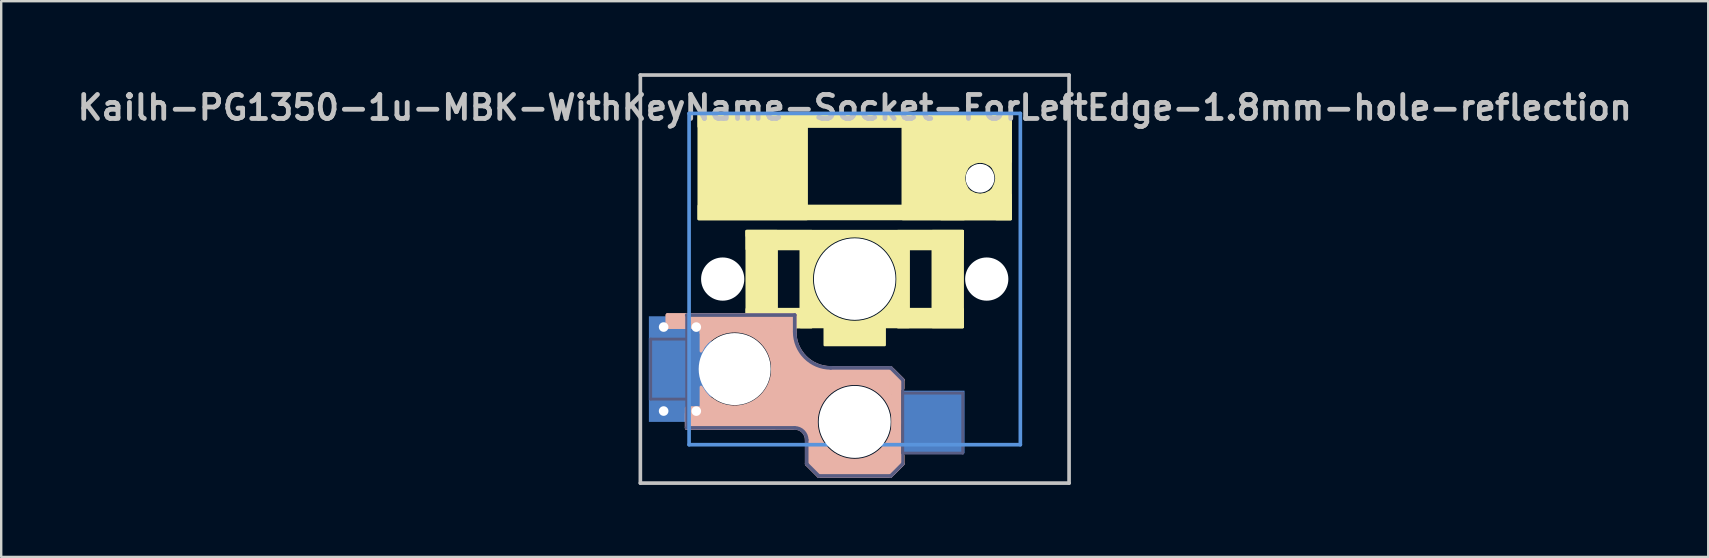
<source format=kicad_pcb>
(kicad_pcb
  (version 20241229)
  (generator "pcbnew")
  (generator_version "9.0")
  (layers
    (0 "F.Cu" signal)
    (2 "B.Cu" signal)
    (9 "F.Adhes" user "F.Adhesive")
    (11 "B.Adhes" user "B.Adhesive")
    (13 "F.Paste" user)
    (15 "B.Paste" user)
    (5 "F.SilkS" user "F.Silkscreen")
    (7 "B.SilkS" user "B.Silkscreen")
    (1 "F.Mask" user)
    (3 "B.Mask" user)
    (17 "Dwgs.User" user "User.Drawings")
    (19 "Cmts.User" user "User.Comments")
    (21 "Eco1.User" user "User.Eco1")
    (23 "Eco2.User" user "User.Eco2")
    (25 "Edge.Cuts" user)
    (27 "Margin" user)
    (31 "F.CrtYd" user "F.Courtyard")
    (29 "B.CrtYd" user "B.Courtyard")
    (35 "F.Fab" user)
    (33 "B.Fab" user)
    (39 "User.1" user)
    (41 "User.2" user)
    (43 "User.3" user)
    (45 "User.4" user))
  (footprint "Kailh-PG1350-1u-MBK-WithKeyName-Socket-ForLeftEdge-1.8mm-hole-reflection"
    (layer "F.Cu")
    (at 32.557 8.576)
    (property "Reference" "Kailh-PG1350-1u-MBK-WithKeyName-Socket-ForLeftEdge-1.8mm-hole-reflection" (at 0 -7.144 180) (layer "Dwgs.User") (effects (font (size 1 1) (thickness 0.2))))
    (attr through_hole)
    (fp_circle (center 0 0) (end 1.887 0) (stroke (width 0.3) (type solid)) (fill no) (layer "F.SilkS"))
    (fp_poly (pts (xy -1.85 0.95) (xy -1 1.8) (xy -1.85 1.8)) (stroke (width 0.12) (type solid)) (fill yes) (layer "F.SilkS"))
    (fp_poly (pts (xy -0.95 -1.75) (xy -1.8 -0.9) (xy -1.8 -1.75)) (stroke (width 0.12) (type solid)) (fill yes) (layer "F.SilkS"))
    (fp_poly (pts (xy 1 1.8) (xy 1.85 0.95) (xy 1.85 1.8)) (stroke (width 0.12) (type solid)) (fill yes) (layer "F.SilkS"))
    (fp_poly (pts (xy 1.8 -0.95) (xy 0.95 -1.8) (xy 1.8 -1.8)) (stroke (width 0.12) (type solid)) (fill yes) (layer "F.SilkS"))
    (fp_poly (pts (xy -3.25 2) (xy -4.5 2) (xy -4.5 -2) (xy -3.25 -2)) (stroke (width 0.1) (type solid)) (fill yes) (layer "F.SilkS"))
    (fp_poly (pts (xy -2 -6.9) (xy -6.5 -6.9) (xy -6.5 -2.5) (xy -2 -2.5)) (stroke (width 0.1) (type solid)) (fill yes) (layer "F.SilkS"))
    (fp_poly (pts (xy -1.8 -1.25) (xy -4.5 -1.25) (xy -4.5 -2) (xy -1.8 -2)) (stroke (width 0.1) (type solid)) (fill yes) (layer "F.SilkS"))
    (fp_poly (pts (xy -1.8 2) (xy -4.5 2) (xy -4.5 1.25) (xy -1.8 1.25)) (stroke (width 0.1) (type solid)) (fill yes) (layer "F.SilkS"))
    (fp_poly (pts (xy -1.8 2) (xy -2.25 2) (xy -2.25 -1.5) (xy -1.8 -1.5)) (stroke (width 0.1) (type solid)) (fill yes) (layer "F.SilkS"))
    (fp_poly (pts (xy 1.25 2.75) (xy -1.25 2.75) (xy -1.25 2) (xy 1.25 2)) (stroke (width 0.1) (type solid)) (fill yes) (layer "F.SilkS"))
    (fp_poly (pts (xy 2.25 2) (xy 1.8 2) (xy 1.8 -1.5) (xy 2.25 -1.5)) (stroke (width 0.1) (type solid)) (fill yes) (layer "F.SilkS"))
    (fp_poly (pts (xy 4.5 -1.8) (xy -4.5 -1.8) (xy -4.5 -2) (xy 4.5 -2)) (stroke (width 0.1) (type solid)) (fill yes) (layer "F.SilkS"))
    (fp_poly (pts (xy 4.5 -1.25) (xy 1.8 -1.25) (xy 1.8 -2) (xy 4.5 -2)) (stroke (width 0.1) (type solid)) (fill yes) (layer "F.SilkS"))
    (fp_poly (pts (xy 4.5 2) (xy -4.5 2) (xy -4.5 1.8) (xy 4.5 1.8)) (stroke (width 0.1) (type solid)) (fill yes) (layer "F.SilkS"))
    (fp_poly (pts (xy 4.5 2) (xy 1.8 2) (xy 1.8 1.25) (xy 4.5 1.25)) (stroke (width 0.1) (type solid)) (fill yes) (layer "F.SilkS"))
    (fp_poly (pts (xy 4.5 2) (xy 3.25 2) (xy 3.25 -2) (xy 4.5 -2)) (stroke (width 0.1) (type solid)) (fill yes) (layer "F.SilkS"))
    (fp_poly (pts (xy 4.55 -6.9) (xy 2 -6.9) (xy 2 -2.5) (xy 4.55 -2.5)) (stroke (width 0.1) (type solid)) (fill yes) (layer "F.SilkS"))
    (fp_poly (pts (xy 6.5 -6.9) (xy -6.5 -6.9) (xy -6.5 -6.35) (xy 6.5 -6.35)) (stroke (width 0.1) (type solid)) (fill yes) (layer "F.SilkS"))
    (fp_poly (pts (xy 6.5 -6.9) (xy 3.6 -6.9) (xy 3.6 -4.89) (xy 6.5 -4.89)) (stroke (width 0.1) (type solid)) (fill yes) (layer "F.SilkS"))
    (fp_poly (pts (xy 6.5 -6.9) (xy 5.9 -6.9) (xy 5.9 -2.5) (xy 6.5 -2.5)) (stroke (width 0.1) (type solid)) (fill yes) (layer "F.SilkS"))
    (fp_poly (pts (xy 6.5 -3.51) (xy 3.6 -3.51) (xy 3.6 -2.5) (xy 6.5 -2.5)) (stroke (width 0.1) (type solid)) (fill yes) (layer "F.SilkS"))
    (fp_poly (pts (xy 6.5 -3.05) (xy -6.5 -3.05) (xy -6.5 -2.5) (xy 6.5 -2.5)) (stroke (width 0.1) (type solid)) (fill yes) (layer "F.SilkS"))
    (fp_poly (pts (xy 4.6 -4.45) (xy 4.7 -4.65) (xy 4.8 -4.75) (xy 5 -4.85) (xy 5.2 -4.9) (xy 4.55 -4.9) (xy 4.55 -4.25)) (stroke (width 0.1) (type solid)) (fill yes) (layer "F.SilkS"))
    (fp_poly (pts (xy 5 -3.55) (xy 4.8 -3.65) (xy 4.7 -3.75) (xy 4.6 -3.95) (xy 4.55 -4.15) (xy 4.55 -3.5) (xy 5.2 -3.5)) (stroke (width 0.1) (type solid)) (fill yes) (layer "F.SilkS"))
    (fp_poly (pts (xy 5.45 -4.85) (xy 5.65 -4.75) (xy 5.75 -4.65) (xy 5.85 -4.45) (xy 5.9 -4.25) (xy 5.9 -4.9) (xy 5.25 -4.9)) (stroke (width 0.1) (type solid)) (fill yes) (layer "F.SilkS"))
    (fp_poly (pts (xy 5.85 -3.95) (xy 5.75 -3.75) (xy 5.65 -3.65) (xy 5.45 -3.55) (xy 5.25 -3.5) (xy 5.9 -3.5) (xy 5.9 -4.15)) (stroke (width 0.1) (type solid)) (fill yes) (layer "F.SilkS"))
    (fp_line (start -7.8 1.5) (end -7.8 2) (stroke (width 0.15) (type solid)) (layer "B.SilkS"))
    (fp_line (start -7 2) (end -7.8 2) (stroke (width 0.15) (type solid)) (layer "B.SilkS"))
    (fp_line (start -7 5.6) (end -7 6.2) (stroke (width 0.15) (type solid)) (layer "B.SilkS"))
    (fp_line (start -7 6.2) (end -2.5 6.2) (stroke (width 0.15) (type solid)) (layer "B.SilkS"))
    (fp_line (start -2.5 1.5) (end -7.8 1.5) (stroke (width 0.15) (type solid)) (layer "B.SilkS"))
    (fp_line (start -2.5 2.2) (end -2.5 1.5) (stroke (width 0.15) (type solid)) (layer "B.SilkS"))
    (fp_line (start -2 6.7) (end -2 7.7) (stroke (width 0.15) (type solid)) (layer "B.SilkS"))
    (fp_line (start -1.5 8.2) (end -2 7.7) (stroke (width 0.15) (type solid)) (layer "B.SilkS"))
    (fp_line (start 1.5 3.7) (end -1 3.7) (stroke (width 0.15) (type solid)) (layer "B.SilkS"))
    (fp_line (start 1.5 8.2) (end -1.5 8.2) (stroke (width 0.15) (type solid)) (layer "B.SilkS"))
    (fp_line (start 2 4.2) (end 1.5 3.7) (stroke (width 0.15) (type solid)) (layer "B.SilkS"))
    (fp_line (start 2 7.7) (end 1.5 8.2) (stroke (width 0.15) (type solid)) (layer "B.SilkS"))
    (fp_rect (start -7.8 1.5) (end -2.5 2) (stroke (width 0.15) (type solid)) (fill yes) (layer "B.SilkS"))
    (fp_arc (start -6.1 2.2) (mid -3.106988 3.715011) (end -6.05 5.325) (stroke (width 0.75) (type solid)) (layer "B.SilkS"))
    (fp_arc (start -2.5 6.2) (mid -2.146447 6.346447) (end -2 6.7) (stroke (width 0.15) (type solid)) (layer "B.SilkS"))
    (fp_arc (start -1 3.7) (mid -2.06066 3.26066) (end -2.5 2.2) (stroke (width 0.15) (type solid)) (layer "B.SilkS"))
    (fp_circle (center 0 5.95) (end 1.737 5.95) (stroke (width 0.4) (type solid)) (fill no) (layer "B.SilkS"))
    (fp_poly (pts (xy -3.35 6.2) (xy -7 6.2) (xy -7 5.375) (xy -3.35 5.375)) (stroke (width 0.15) (type solid)) (fill yes) (layer "B.SilkS"))
    (fp_poly (pts (xy -2.5 6.2) (xy -3.425 6.2) (xy -3.425 1.5) (xy -2.5 1.5)) (stroke (width 0.12) (type solid)) (fill yes) (layer "B.SilkS"))
    (fp_poly (pts (xy 1.5 8.2) (xy -1.5 8.2) (xy -2 7.7) (xy 1.5 7.7)) (stroke (width 0.15) (type solid)) (fill yes) (layer "B.SilkS"))
    (fp_poly (pts (xy -6.4 4.5) (xy -6.25 4.725) (xy -6.075 4.925) (xy -5.9 5.05) (xy -6.4 5.3)) (stroke (width 0.12) (type solid)) (fill yes) (layer "B.SilkS"))
    (fp_poly (pts (xy -5.925 2.45) (xy -6.142 2.632) (xy -6.292 2.807) (xy -6.4 3) (xy -6.4 2.35)) (stroke (width 0.12) (type solid)) (fill yes) (layer "B.SilkS"))
    (fp_poly (pts (xy 2 4.2) (xy 2 4.55) (xy 1.875 4.55) (xy 1.875 7.35) (xy 2 7.35) (xy 2 7.7) (xy 1.6 8.1) (xy 1.6 7.65) (xy 0.95 7.65) (xy 1.6 7.025) (xy 1.6 3.8)) (stroke (width 0.15) (type solid)) (fill yes) (layer "B.SilkS"))
    (fp_poly (pts (xy -2.069 3.273) (xy -1.575 3.65) (xy -1 3.7) (xy 1.5 3.7) (xy 1.5 4.75) (xy 0 4.213) (xy -1.444 4.703) (xy -1.625 5.125) (xy -1.625 6.925) (xy -0.9 7.625) (xy -2 7.625) (xy -2 6.525) (xy -2.175 6.275) (xy -2.5 6.1) (xy -2.5 2.7)) (stroke (width 0.12) (type solid)) (fill yes) (layer "B.SilkS"))
    (fp_line (start -8.93 -8.5) (end 8.93 -8.5) (stroke (width 0.152) (type solid)) (layer "Dwgs.User"))
    (fp_line (start -8.93 8.5) (end -8.93 -8.5) (stroke (width 0.152) (type solid)) (layer "Dwgs.User"))
    (fp_line (start 8.93 -8.5) (end 8.93 8.5) (stroke (width 0.152) (type solid)) (layer "Dwgs.User"))
    (fp_line (start 8.93 8.5) (end -8.93 8.5) (stroke (width 0.152) (type solid)) (layer "Dwgs.User"))
    (fp_line (start -6.9 -6.9) (end 6.9 -6.9) (stroke (width 0.152) (type solid)) (layer "Cmts.User"))
    (fp_line (start -6.9 6.9) (end -6.9 -6.9) (stroke (width 0.152) (type solid)) (layer "Cmts.User"))
    (fp_line (start 6.9 -6.9) (end 6.9 6.9) (stroke (width 0.152) (type solid)) (layer "Cmts.User"))
    (fp_line (start 6.9 6.9) (end -6.9 6.9) (stroke (width 0.152) (type solid)) (layer "Cmts.User"))
    (fp_line (start -7.5 -7.5) (end 7.5 -7.5) (stroke (width 0.152) (type solid)) (layer "Eco2.User"))
    (fp_line (start -7.5 7.5) (end -7.5 -7.5) (stroke (width 0.152) (type solid)) (layer "Eco2.User"))
    (fp_line (start -2.6 -3.1) (end -2.6 -6.3) (stroke (width 0.15) (type solid)) (layer "Eco2.User"))
    (fp_line (start -2.6 -3.1) (end 2.6 -3.1) (stroke (width 0.15) (type solid)) (layer "Eco2.User"))
    (fp_line (start 2.6 -6.3) (end -2.6 -6.3) (stroke (width 0.15) (type solid)) (layer "Eco2.User"))
    (fp_line (start 2.6 -3.1) (end 2.6 -6.3) (stroke (width 0.15) (type solid)) (layer "Eco2.User"))
    (fp_line (start 7.5 -7.5) (end 7.5 7.5) (stroke (width 0.152) (type solid)) (layer "Eco2.User"))
    (fp_line (start 7.5 7.5) (end -7.5 7.5) (stroke (width 0.152) (type solid)) (layer "Eco2.User"))
    (fp_line (start -8.5 2.5) (end -7 2.5) (stroke (width 0.12) (type solid)) (layer "B.Fab"))
    (fp_line (start -8.5 5) (end -8.5 2.5) (stroke (width 0.12) (type solid)) (layer "B.Fab"))
    (fp_line (start -7 1.5) (end -7 6.2) (stroke (width 0.12) (type solid)) (layer "B.Fab"))
    (fp_line (start -7 5) (end -8.5 5) (stroke (width 0.12) (type solid)) (layer "B.Fab"))
    (fp_line (start -7 6.2) (end -2.5 6.2) (stroke (width 0.15) (type solid)) (layer "B.Fab"))
    (fp_line (start -2.5 1.5) (end -7 1.5) (stroke (width 0.15) (type solid)) (layer "B.Fab"))
    (fp_line (start -2.5 2.2) (end -2.5 1.5) (stroke (width 0.15) (type solid)) (layer "B.Fab"))
    (fp_line (start -2 6.7) (end -2 7.7) (stroke (width 0.15) (type solid)) (layer "B.Fab"))
    (fp_line (start -1.5 8.2) (end -2 7.7) (stroke (width 0.15) (type solid)) (layer "B.Fab"))
    (fp_line (start 1.5 3.7) (end -1 3.7) (stroke (width 0.15) (type solid)) (layer "B.Fab"))
    (fp_line (start 1.5 8.2) (end -1.5 8.2) (stroke (width 0.15) (type solid)) (layer "B.Fab"))
    (fp_line (start 2 4.2) (end 1.5 3.7) (stroke (width 0.15) (type solid)) (layer "B.Fab"))
    (fp_line (start 2 4.25) (end 2 7.7) (stroke (width 0.12) (type solid)) (layer "B.Fab"))
    (fp_line (start 2 4.75) (end 4.5 4.75) (stroke (width 0.12) (type solid)) (layer "B.Fab"))
    (fp_line (start 2 7.7) (end 1.5 8.2) (stroke (width 0.15) (type solid)) (layer "B.Fab"))
    (fp_line (start 4.5 4.75) (end 4.5 7.25) (stroke (width 0.12) (type solid)) (layer "B.Fab"))
    (fp_line (start 4.5 7.25) (end 2 7.25) (stroke (width 0.12) (type solid)) (layer "B.Fab"))
    (fp_arc (start -2.5 6.2) (mid -2.146447 6.346447) (end -2 6.7) (stroke (width 0.15) (type solid)) (layer "B.Fab"))
    (fp_arc (start -1 3.7) (mid -2.06066 3.26066) (end -2.5 2.2) (stroke (width 0.15) (type solid)) (layer "B.Fab"))
    (pad "" np_thru_hole circle (at -5.5 0 180) (size 1.8 1.8) (drill 1.8) (layers "*.Cu" "*.Mask"))
    (pad "" np_thru_hole circle (at -5 3.75) (size 3 3) (drill 3) (layers "*.Cu" "*.Mask"))
    (pad "" np_thru_hole circle (at 0 0 180) (size 3.4 3.4) (drill 3.4) (layers "*.Cu" "*.Mask"))
    (pad "" np_thru_hole circle (at 0 5.95) (size 3 3) (drill 3) (layers "*.Cu" "*.Mask"))
    (pad "" np_thru_hole circle (at 5.22 -4.2 180) (size 1.2 1.2) (drill 1.2) (layers "*.Cu" "*.Mask"))
    (pad "" np_thru_hole circle (at 5.5 0 180) (size 1.8 1.8) (drill 1.8) (layers "*.Cu" "*.Mask"))
    (pad "1" smd rect (at 3.275 5.95) (size 2.6 2.6) (layers "B.Cu" "B.Mask" "B.Paste"))
    (pad "2" thru_hole circle (at -7.96 1.998) (size 0.8 0.8) (drill 0.4) (layers "*.Cu"))
    (pad "2" thru_hole circle (at -7.96 5.498) (size 0.8 0.8) (drill 0.4) (layers "*.Cu"))
    (pad "2" smd rect (at -7.525 3.75) (size 2.1 2.6) (layers "B.Cu" "B.Mask" "B.Paste"))
    (pad "2" smd rect (at -7.275 3.75) (size 2.6 4.4) (layers "B.Cu"))
    (pad "2" thru_hole circle (at -6.6 2) (size 0.8 0.8) (drill 0.4) (layers "*.Cu"))
    (pad "2" thru_hole circle (at -6.6 5.5) (size 0.8 0.8) (drill 0.4) (layers "*.Cu")))
  (gr_rect
    (start -3 -3)
    (end 68.114 20.152)
    (stroke (width 0.1) (type default))
    (fill no)
    (layer "Edge.Cuts")))
</source>
